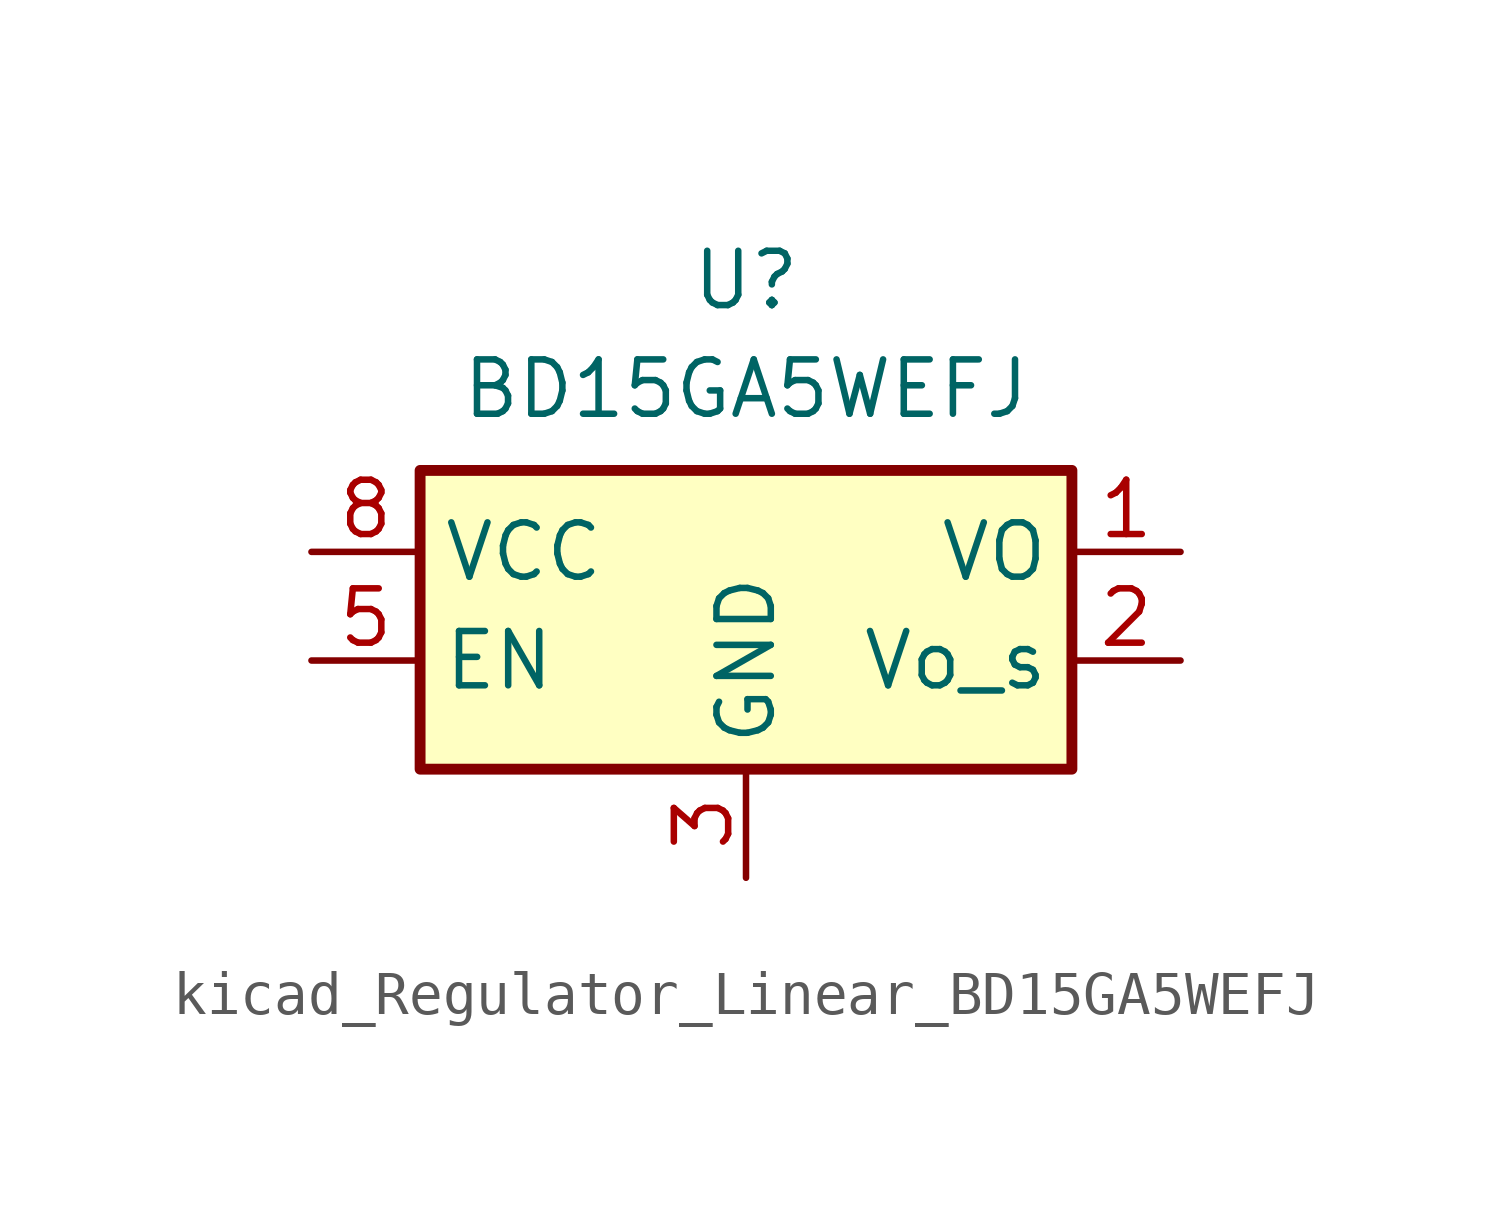
<source format=kicad_sym>
(kicad_symbol_lib
  (version 20220914)
  (generator kicad_symbol_editor)
  (symbol "kicad_Regulator_Linear_BD15GA5WEFJ"
    (property "Reference" "U"
      (at 0 6.35 0)
      (effects (font (size 1.27 1.27))))
    (property "Value" "BD15GA5WEFJ"
      (at 0 3.81 0)
      (effects (font (size 1.27 1.27))))
    (symbol "kicad_Regulator_Linear_BD15GA5WEFJ_1_1"
      (rectangle (start -7.62 -5.08) (end 7.62 1.905) (stroke (width 0.254) (type default)) (fill (type background)))
      (pin power_out line (at 10.16 0 180) (length 2.54) (name "VO" (effects (font (size 1.27 1.27)))) (number "1" (effects (font (size 1.27 1.27)))))
      (pin input line (at 10.16 -2.54 180) (length 2.54) (name "Vo_s" (effects (font (size 1.27 1.27)))) (number "2" (effects (font (size 1.27 1.27)))))
      (pin power_in line (at 0 -7.62 90) (length 2.54) (name "GND" (effects (font (size 1.27 1.27)))) (number "3" (effects (font (size 1.27 1.27)))))
      (pin passive line (at 0 -7.62 90) (length 2.54) hide (name "GND" (effects (font (size 1.27 1.27)))) (number "4" (effects (font (size 1.27 1.27)))))
      (pin input line (at -10.16 -2.54 0) (length 2.54) (name "EN" (effects (font (size 1.27 1.27)))) (number "5" (effects (font (size 1.27 1.27)))))
      (pin passive line (at 0 -7.62 90) (length 2.54) hide (name "GND" (effects (font (size 1.27 1.27)))) (number "6" (effects (font (size 1.27 1.27)))))
      (pin passive line (at 0 -7.62 90) (length 2.54) hide (name "GND" (effects (font (size 1.27 1.27)))) (number "7" (effects (font (size 1.27 1.27)))))
      (pin power_in line (at -10.16 0 0) (length 2.54) (name "VCC" (effects (font (size 1.27 1.27)))) (number "8" (effects (font (size 1.27 1.27)))))
      (pin passive line (at 0 -7.62 90) (length 2.54) hide (name "GND" (effects (font (size 1.27 1.27)))) (number "9" (effects (font (size 1.27 1.27))))))))
</source>
